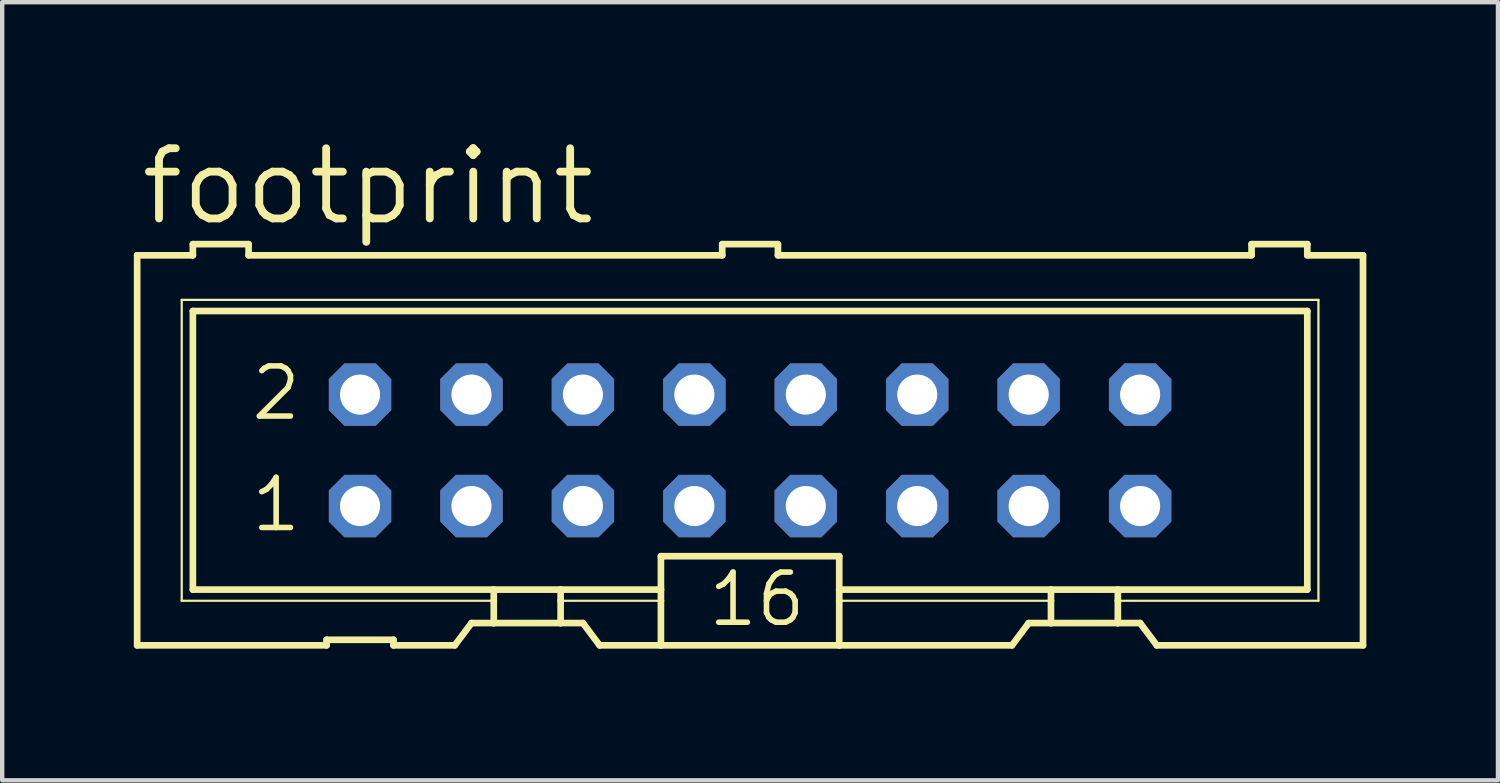
<source format=kicad_pcb>
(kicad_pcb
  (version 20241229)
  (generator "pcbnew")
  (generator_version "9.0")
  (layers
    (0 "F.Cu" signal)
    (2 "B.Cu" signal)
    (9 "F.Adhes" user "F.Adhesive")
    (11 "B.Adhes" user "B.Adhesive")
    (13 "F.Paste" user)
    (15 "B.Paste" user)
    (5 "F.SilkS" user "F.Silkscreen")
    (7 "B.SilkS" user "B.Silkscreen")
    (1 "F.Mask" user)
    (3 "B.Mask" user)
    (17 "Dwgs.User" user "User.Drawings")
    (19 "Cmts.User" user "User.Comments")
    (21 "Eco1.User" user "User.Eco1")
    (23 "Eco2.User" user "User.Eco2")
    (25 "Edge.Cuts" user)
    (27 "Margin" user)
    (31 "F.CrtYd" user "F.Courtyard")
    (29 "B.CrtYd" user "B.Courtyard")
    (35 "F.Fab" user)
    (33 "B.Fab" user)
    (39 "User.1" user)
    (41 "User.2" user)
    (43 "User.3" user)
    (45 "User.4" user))
  (footprint "footprint"
    (layer "F.Cu")
    (at 14.046 7.214)
    (property "Reference" "footprint" (at -13.97 -5.08 0) (layer "F.SilkS") (effects (font (size 1.6 1.6) (thickness 0.178)) (justify left bottom)))
    (fp_line (start -13.97 -4.445) (end -13.97 4.445) (stroke (width 0.152) (type solid)) (layer "F.SilkS"))
    (fp_line (start -13.97 -4.445) (end -12.7 -4.445) (stroke (width 0.152) (type solid)) (layer "F.SilkS"))
    (fp_line (start -13.97 4.445) (end -9.652 4.445) (stroke (width 0.152) (type solid)) (layer "F.SilkS"))
    (fp_line (start -12.954 -3.429) (end -12.954 3.429) (stroke (width 0.051) (type solid)) (layer "F.SilkS"))
    (fp_line (start -12.954 3.429) (end -5.842 3.429) (stroke (width 0.051) (type solid)) (layer "F.SilkS"))
    (fp_line (start -12.7 -4.699) (end -12.7 -4.445) (stroke (width 0.152) (type solid)) (layer "F.SilkS"))
    (fp_line (start -12.7 -3.175) (end -12.7 3.175) (stroke (width 0.152) (type solid)) (layer "F.SilkS"))
    (fp_line (start -12.7 -3.175) (end 12.7 -3.175) (stroke (width 0.152) (type solid)) (layer "F.SilkS"))
    (fp_line (start -11.43 -4.699) (end -12.7 -4.699) (stroke (width 0.152) (type solid)) (layer "F.SilkS"))
    (fp_line (start -11.43 -4.699) (end -11.43 -4.445) (stroke (width 0.152) (type solid)) (layer "F.SilkS"))
    (fp_line (start -11.43 -4.445) (end -0.635 -4.445) (stroke (width 0.152) (type solid)) (layer "F.SilkS"))
    (fp_line (start -9.652 4.318) (end -9.652 4.445) (stroke (width 0.152) (type solid)) (layer "F.SilkS"))
    (fp_line (start -9.652 4.318) (end -8.128 4.318) (stroke (width 0.152) (type solid)) (layer "F.SilkS"))
    (fp_line (start -8.128 4.445) (end -8.128 4.318) (stroke (width 0.152) (type solid)) (layer "F.SilkS"))
    (fp_line (start -8.128 4.445) (end -6.731 4.445) (stroke (width 0.152) (type solid)) (layer "F.SilkS"))
    (fp_line (start -6.731 4.445) (end -6.35 3.937) (stroke (width 0.152) (type solid)) (layer "F.SilkS"))
    (fp_line (start -5.842 3.175) (end -12.7 3.175) (stroke (width 0.152) (type solid)) (layer "F.SilkS"))
    (fp_line (start -5.842 3.175) (end -5.842 3.429) (stroke (width 0.152) (type solid)) (layer "F.SilkS"))
    (fp_line (start -5.842 3.429) (end -5.842 3.937) (stroke (width 0.152) (type solid)) (layer "F.SilkS"))
    (fp_line (start -5.842 3.937) (end -6.35 3.937) (stroke (width 0.152) (type solid)) (layer "F.SilkS"))
    (fp_line (start -4.318 3.175) (end -5.842 3.175) (stroke (width 0.152) (type solid)) (layer "F.SilkS"))
    (fp_line (start -4.318 3.175) (end -4.318 3.429) (stroke (width 0.152) (type solid)) (layer "F.SilkS"))
    (fp_line (start -4.318 3.429) (end -4.318 3.937) (stroke (width 0.152) (type solid)) (layer "F.SilkS"))
    (fp_line (start -4.318 3.429) (end -2.032 3.429) (stroke (width 0.051) (type solid)) (layer "F.SilkS"))
    (fp_line (start -4.318 3.937) (end -5.842 3.937) (stroke (width 0.152) (type solid)) (layer "F.SilkS"))
    (fp_line (start -3.81 3.937) (end -4.318 3.937) (stroke (width 0.152) (type solid)) (layer "F.SilkS"))
    (fp_line (start -3.81 3.937) (end -3.429 4.445) (stroke (width 0.152) (type solid)) (layer "F.SilkS"))
    (fp_line (start -3.429 4.445) (end -2.032 4.445) (stroke (width 0.152) (type solid)) (layer "F.SilkS"))
    (fp_line (start -2.032 3.175) (end -4.318 3.175) (stroke (width 0.152) (type solid)) (layer "F.SilkS"))
    (fp_line (start -2.032 3.175) (end -2.032 2.413) (stroke (width 0.152) (type solid)) (layer "F.SilkS"))
    (fp_line (start -2.032 3.175) (end -2.032 3.429) (stroke (width 0.152) (type solid)) (layer "F.SilkS"))
    (fp_line (start -2.032 3.429) (end -2.032 4.445) (stroke (width 0.152) (type solid)) (layer "F.SilkS"))
    (fp_line (start -0.635 -4.699) (end -0.635 -4.445) (stroke (width 0.152) (type solid)) (layer "F.SilkS"))
    (fp_line (start 0.635 -4.699) (end -0.635 -4.699) (stroke (width 0.152) (type solid)) (layer "F.SilkS"))
    (fp_line (start 0.635 -4.699) (end 0.635 -4.445) (stroke (width 0.152) (type solid)) (layer "F.SilkS"))
    (fp_line (start 0.635 -4.445) (end 11.43 -4.445) (stroke (width 0.152) (type solid)) (layer "F.SilkS"))
    (fp_line (start 2.032 2.413) (end -2.032 2.413) (stroke (width 0.152) (type solid)) (layer "F.SilkS"))
    (fp_line (start 2.032 2.413) (end 2.032 3.175) (stroke (width 0.152) (type solid)) (layer "F.SilkS"))
    (fp_line (start 2.032 3.175) (end 2.032 3.429) (stroke (width 0.152) (type solid)) (layer "F.SilkS"))
    (fp_line (start 2.032 3.429) (end 2.032 4.445) (stroke (width 0.152) (type solid)) (layer "F.SilkS"))
    (fp_line (start 2.032 4.445) (end -2.032 4.445) (stroke (width 0.152) (type solid)) (layer "F.SilkS"))
    (fp_line (start 5.969 4.445) (end 2.032 4.445) (stroke (width 0.152) (type solid)) (layer "F.SilkS"))
    (fp_line (start 5.969 4.445) (end 6.35 3.937) (stroke (width 0.152) (type solid)) (layer "F.SilkS"))
    (fp_line (start 6.858 3.175) (end 2.032 3.175) (stroke (width 0.152) (type solid)) (layer "F.SilkS"))
    (fp_line (start 6.858 3.175) (end 6.858 3.429) (stroke (width 0.152) (type solid)) (layer "F.SilkS"))
    (fp_line (start 6.858 3.429) (end 2.032 3.429) (stroke (width 0.051) (type solid)) (layer "F.SilkS"))
    (fp_line (start 6.858 3.429) (end 6.858 3.937) (stroke (width 0.152) (type solid)) (layer "F.SilkS"))
    (fp_line (start 6.858 3.937) (end 6.35 3.937) (stroke (width 0.152) (type solid)) (layer "F.SilkS"))
    (fp_line (start 8.382 3.175) (end 6.858 3.175) (stroke (width 0.152) (type solid)) (layer "F.SilkS"))
    (fp_line (start 8.382 3.175) (end 8.382 3.429) (stroke (width 0.152) (type solid)) (layer "F.SilkS"))
    (fp_line (start 8.382 3.429) (end 8.382 3.937) (stroke (width 0.152) (type solid)) (layer "F.SilkS"))
    (fp_line (start 8.382 3.429) (end 12.954 3.429) (stroke (width 0.051) (type solid)) (layer "F.SilkS"))
    (fp_line (start 8.382 3.937) (end 6.858 3.937) (stroke (width 0.152) (type solid)) (layer "F.SilkS"))
    (fp_line (start 8.89 3.937) (end 8.382 3.937) (stroke (width 0.152) (type solid)) (layer "F.SilkS"))
    (fp_line (start 8.89 3.937) (end 9.271 4.445) (stroke (width 0.152) (type solid)) (layer "F.SilkS"))
    (fp_line (start 11.43 -4.445) (end 11.43 -4.699) (stroke (width 0.152) (type solid)) (layer "F.SilkS"))
    (fp_line (start 12.7 -4.699) (end 11.43 -4.699) (stroke (width 0.152) (type solid)) (layer "F.SilkS"))
    (fp_line (start 12.7 -4.445) (end 12.7 -4.699) (stroke (width 0.152) (type solid)) (layer "F.SilkS"))
    (fp_line (start 12.7 -4.445) (end 13.97 -4.445) (stroke (width 0.152) (type solid)) (layer "F.SilkS"))
    (fp_line (start 12.7 3.175) (end 8.382 3.175) (stroke (width 0.152) (type solid)) (layer "F.SilkS"))
    (fp_line (start 12.7 3.175) (end 12.7 -3.175) (stroke (width 0.152) (type solid)) (layer "F.SilkS"))
    (fp_line (start 12.954 -3.429) (end -12.954 -3.429) (stroke (width 0.051) (type solid)) (layer "F.SilkS"))
    (fp_line (start 12.954 3.429) (end 12.954 -3.429) (stroke (width 0.051) (type solid)) (layer "F.SilkS"))
    (fp_line (start 13.97 4.445) (end 9.271 4.445) (stroke (width 0.152) (type solid)) (layer "F.SilkS"))
    (fp_line (start 13.97 4.445) (end 13.97 -4.445) (stroke (width 0.152) (type solid)) (layer "F.SilkS"))
    (fp_poly (pts (xy -9.144 -1.016) (xy -8.636 -1.016) (xy -8.636 -1.524) (xy -9.144 -1.524)) (stroke (width 0.1) (type solid)) (fill no) (layer "F.Fab"))
    (fp_poly (pts (xy -9.144 1.524) (xy -8.636 1.524) (xy -8.636 1.016) (xy -9.144 1.016)) (stroke (width 0.1) (type solid)) (fill no) (layer "F.Fab"))
    (fp_poly (pts (xy -6.604 -1.016) (xy -6.096 -1.016) (xy -6.096 -1.524) (xy -6.604 -1.524)) (stroke (width 0.1) (type solid)) (fill no) (layer "F.Fab"))
    (fp_poly (pts (xy -6.604 1.524) (xy -6.096 1.524) (xy -6.096 1.016) (xy -6.604 1.016)) (stroke (width 0.1) (type solid)) (fill no) (layer "F.Fab"))
    (fp_poly (pts (xy -4.064 -1.016) (xy -3.556 -1.016) (xy -3.556 -1.524) (xy -4.064 -1.524)) (stroke (width 0.1) (type solid)) (fill no) (layer "F.Fab"))
    (fp_poly (pts (xy -4.064 1.524) (xy -3.556 1.524) (xy -3.556 1.016) (xy -4.064 1.016)) (stroke (width 0.1) (type solid)) (fill no) (layer "F.Fab"))
    (fp_poly (pts (xy -1.524 -1.016) (xy -1.016 -1.016) (xy -1.016 -1.524) (xy -1.524 -1.524)) (stroke (width 0.1) (type solid)) (fill no) (layer "F.Fab"))
    (fp_poly (pts (xy -1.524 1.524) (xy -1.016 1.524) (xy -1.016 1.016) (xy -1.524 1.016)) (stroke (width 0.1) (type solid)) (fill no) (layer "F.Fab"))
    (fp_poly (pts (xy 1.016 -1.016) (xy 1.524 -1.016) (xy 1.524 -1.524) (xy 1.016 -1.524)) (stroke (width 0.1) (type solid)) (fill no) (layer "F.Fab"))
    (fp_poly (pts (xy 1.016 1.524) (xy 1.524 1.524) (xy 1.524 1.016) (xy 1.016 1.016)) (stroke (width 0.1) (type solid)) (fill no) (layer "F.Fab"))
    (fp_poly (pts (xy 3.556 -1.016) (xy 4.064 -1.016) (xy 4.064 -1.524) (xy 3.556 -1.524)) (stroke (width 0.1) (type solid)) (fill no) (layer "F.Fab"))
    (fp_poly (pts (xy 3.556 1.524) (xy 4.064 1.524) (xy 4.064 1.016) (xy 3.556 1.016)) (stroke (width 0.1) (type solid)) (fill no) (layer "F.Fab"))
    (fp_poly (pts (xy 6.096 -1.016) (xy 6.604 -1.016) (xy 6.604 -1.524) (xy 6.096 -1.524)) (stroke (width 0.1) (type solid)) (fill no) (layer "F.Fab"))
    (fp_poly (pts (xy 6.096 1.524) (xy 6.604 1.524) (xy 6.604 1.016) (xy 6.096 1.016)) (stroke (width 0.1) (type solid)) (fill no) (layer "F.Fab"))
    (fp_poly (pts (xy 8.636 -1.016) (xy 9.144 -1.016) (xy 9.144 -1.524) (xy 8.636 -1.524)) (stroke (width 0.1) (type solid)) (fill no) (layer "F.Fab"))
    (fp_poly (pts (xy 8.636 1.524) (xy 9.144 1.524) (xy 9.144 1.016) (xy 8.636 1.016)) (stroke (width 0.1) (type solid)) (fill no) (layer "F.Fab"))
    (fp_text user "2" (at -11.43 -0.635 0) (layer "F.SilkS") (effects (font (size 1.143 1.143) (thickness 0.127)) (justify left bottom)))
    (fp_text user "16" (at -1.016 4.064 0) (layer "F.SilkS") (effects (font (size 1.143 1.143) (thickness 0.127)) (justify left bottom)))
    (fp_text user "1" (at -11.43 1.905 0) (layer "F.SilkS") (effects (font (size 1.143 1.143) (thickness 0.127)) (justify left bottom)))
    (pad "1" thru_hole roundrect (at -8.89 1.27) (size 1.422 1.422) (drill 0.914) (layers "*.Cu" "*.Mask") (roundrect_rratio 0.25) (chamfer_ratio 0.25) (chamfer top_left top_right bottom_left bottom_right))
    (pad "2" thru_hole roundrect (at -8.89 -1.27) (size 1.422 1.422) (drill 0.914) (layers "*.Cu" "*.Mask") (roundrect_rratio 0.25) (chamfer_ratio 0.25) (chamfer top_left top_right bottom_left bottom_right))
    (pad "3" thru_hole roundrect (at -6.35 1.27) (size 1.422 1.422) (drill 0.914) (layers "*.Cu" "*.Mask") (roundrect_rratio 0.25) (chamfer_ratio 0.25) (chamfer top_left top_right bottom_left bottom_right))
    (pad "4" thru_hole roundrect (at -6.35 -1.27) (size 1.422 1.422) (drill 0.914) (layers "*.Cu" "*.Mask") (roundrect_rratio 0.25) (chamfer_ratio 0.25) (chamfer top_left top_right bottom_left bottom_right))
    (pad "5" thru_hole roundrect (at -3.81 1.27) (size 1.422 1.422) (drill 0.914) (layers "*.Cu" "*.Mask") (roundrect_rratio 0.25) (chamfer_ratio 0.25) (chamfer top_left top_right bottom_left bottom_right))
    (pad "6" thru_hole roundrect (at -3.81 -1.27) (size 1.422 1.422) (drill 0.914) (layers "*.Cu" "*.Mask") (roundrect_rratio 0.25) (chamfer_ratio 0.25) (chamfer top_left top_right bottom_left bottom_right))
    (pad "7" thru_hole roundrect (at -1.27 1.27) (size 1.422 1.422) (drill 0.914) (layers "*.Cu" "*.Mask") (roundrect_rratio 0.25) (chamfer_ratio 0.25) (chamfer top_left top_right bottom_left bottom_right))
    (pad "8" thru_hole roundrect (at -1.27 -1.27) (size 1.422 1.422) (drill 0.914) (layers "*.Cu" "*.Mask") (roundrect_rratio 0.25) (chamfer_ratio 0.25) (chamfer top_left top_right bottom_left bottom_right))
    (pad "9" thru_hole roundrect (at 1.27 1.27) (size 1.422 1.422) (drill 0.914) (layers "*.Cu" "*.Mask") (roundrect_rratio 0.25) (chamfer_ratio 0.25) (chamfer top_left top_right bottom_left bottom_right))
    (pad "10" thru_hole roundrect (at 1.27 -1.27) (size 1.422 1.422) (drill 0.914) (layers "*.Cu" "*.Mask") (roundrect_rratio 0.25) (chamfer_ratio 0.25) (chamfer top_left top_right bottom_left bottom_right))
    (pad "11" thru_hole roundrect (at 3.81 1.27) (size 1.422 1.422) (drill 0.914) (layers "*.Cu" "*.Mask") (roundrect_rratio 0.25) (chamfer_ratio 0.25) (chamfer top_left top_right bottom_left bottom_right))
    (pad "12" thru_hole roundrect (at 3.81 -1.27) (size 1.422 1.422) (drill 0.914) (layers "*.Cu" "*.Mask") (roundrect_rratio 0.25) (chamfer_ratio 0.25) (chamfer top_left top_right bottom_left bottom_right))
    (pad "13" thru_hole roundrect (at 6.35 1.27) (size 1.422 1.422) (drill 0.914) (layers "*.Cu" "*.Mask") (roundrect_rratio 0.25) (chamfer_ratio 0.25) (chamfer top_left top_right bottom_left bottom_right))
    (pad "14" thru_hole roundrect (at 6.35 -1.27) (size 1.422 1.422) (drill 0.914) (layers "*.Cu" "*.Mask") (roundrect_rratio 0.25) (chamfer_ratio 0.25) (chamfer top_left top_right bottom_left bottom_right))
    (pad "15" thru_hole roundrect (at 8.89 1.27) (size 1.422 1.422) (drill 0.914) (layers "*.Cu" "*.Mask") (roundrect_rratio 0.25) (chamfer_ratio 0.25) (chamfer top_left top_right bottom_left bottom_right))
    (pad "16" thru_hole roundrect (at 8.89 -1.27) (size 1.422 1.422) (drill 0.914) (layers "*.Cu" "*.Mask") (roundrect_rratio 0.25) (chamfer_ratio 0.25) (chamfer top_left top_right bottom_left bottom_right)))
  (gr_rect
    (start -3 -3)
    (end 31.092 14.735)
    (stroke (width 0.1) (type default))
    (fill no)
    (layer "Edge.Cuts")))
</source>
